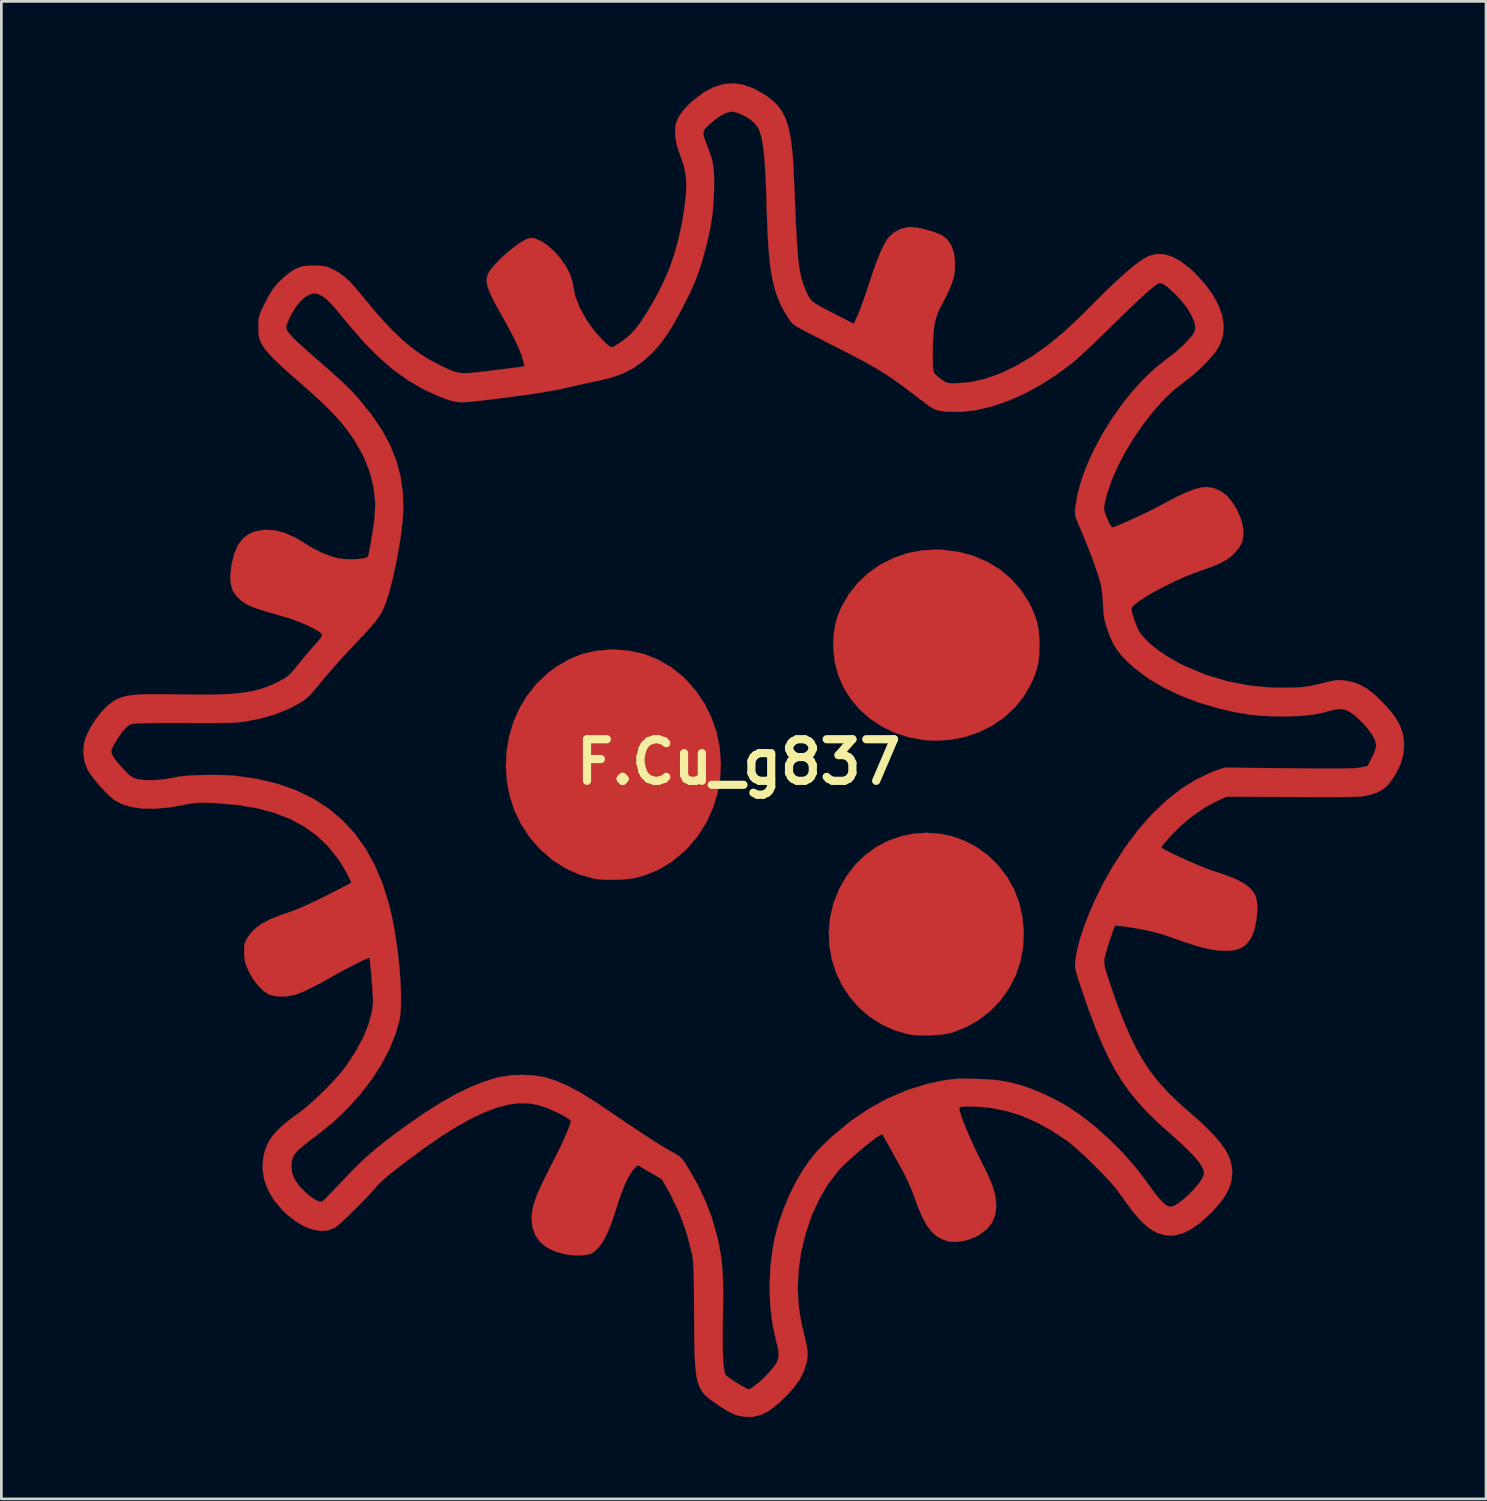
<source format=kicad_pcb>
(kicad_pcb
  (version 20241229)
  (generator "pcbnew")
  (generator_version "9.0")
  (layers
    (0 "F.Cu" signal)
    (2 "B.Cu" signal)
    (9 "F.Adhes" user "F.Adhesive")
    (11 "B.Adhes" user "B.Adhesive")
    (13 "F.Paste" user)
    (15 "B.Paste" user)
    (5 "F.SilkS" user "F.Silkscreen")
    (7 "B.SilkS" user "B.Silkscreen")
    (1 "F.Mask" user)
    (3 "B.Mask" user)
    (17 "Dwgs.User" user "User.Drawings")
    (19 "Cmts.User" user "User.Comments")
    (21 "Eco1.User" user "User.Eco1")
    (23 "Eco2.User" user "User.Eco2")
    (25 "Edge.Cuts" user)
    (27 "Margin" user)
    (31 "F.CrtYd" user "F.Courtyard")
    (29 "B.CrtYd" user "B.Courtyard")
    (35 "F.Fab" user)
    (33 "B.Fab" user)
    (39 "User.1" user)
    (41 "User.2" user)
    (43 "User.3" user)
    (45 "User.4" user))
  (footprint "F.Cu_g837"
    (layer "F.Cu")
    (at 24.009 24.87)
    (property "Reference" "F.Cu_g837" (at 0 0 0) (layer "F.SilkS") (effects (font (size 1.524 1.524) (thickness 0.3))))
    (attr through_hole)
    (fp_poly (pts (xy 7.358 2.627) (xy 7.831 2.725) (xy 8.289 2.89) (xy 8.728 3.122) (xy 9.139 3.421) (xy 9.515 3.789) (xy 9.845 4.219) (xy 10.101 4.679) (xy 10.288 5.178) (xy 10.405 5.703) (xy 10.45 6.243) (xy 10.424 6.785) (xy 10.324 7.318) (xy 10.162 7.799) (xy 9.917 8.281) (xy 9.606 8.719) (xy 9.237 9.108) (xy 8.817 9.439) (xy 8.356 9.705) (xy 7.862 9.898) (xy 7.768 9.925) (xy 7.556 9.967) (xy 7.288 9.997) (xy 6.993 10.013) (xy 6.698 10.014) (xy 6.431 10.001) (xy 6.223 9.972) (xy 5.701 9.821) (xy 5.222 9.601) (xy 4.789 9.32) (xy 4.404 8.984) (xy 4.072 8.601) (xy 3.795 8.178) (xy 3.577 7.72) (xy 3.421 7.236) (xy 3.33 6.732) (xy 3.309 6.214) (xy 3.359 5.691) (xy 3.484 5.168) (xy 3.685 4.659) (xy 3.957 4.181) (xy 4.279 3.764) (xy 4.645 3.409) (xy 5.047 3.118) (xy 5.479 2.891) (xy 5.933 2.727) (xy 6.403 2.629) (xy 6.88 2.595) (xy 7.358 2.627)) (stroke (width 0.01) (type solid)) (fill yes) (layer "F.Cu"))
    (fp_poly (pts (xy 7.469 -7.775) (xy 8.05 -7.702) (xy 8.596 -7.556) (xy 9.103 -7.342) (xy 9.565 -7.062) (xy 9.977 -6.72) (xy 10.334 -6.32) (xy 10.63 -5.865) (xy 10.729 -5.669) (xy 10.855 -5.377) (xy 10.942 -5.11) (xy 10.994 -4.838) (xy 11.019 -4.533) (xy 11.024 -4.276) (xy 11.014 -3.933) (xy 10.982 -3.645) (xy 10.922 -3.38) (xy 10.825 -3.111) (xy 10.708 -2.85) (xy 10.444 -2.397) (xy 10.116 -1.991) (xy 9.731 -1.637) (xy 9.296 -1.339) (xy 8.821 -1.1) (xy 8.311 -0.925) (xy 7.777 -0.818) (xy 7.224 -0.783) (xy 6.802 -0.807) (xy 6.251 -0.905) (xy 5.735 -1.07) (xy 5.258 -1.299) (xy 4.826 -1.585) (xy 4.444 -1.922) (xy 4.117 -2.306) (xy 3.852 -2.731) (xy 3.652 -3.191) (xy 3.524 -3.68) (xy 3.473 -4.194) (xy 3.472 -4.272) (xy 3.49 -4.683) (xy 3.547 -5.045) (xy 3.648 -5.386) (xy 3.77 -5.673) (xy 4.042 -6.145) (xy 4.376 -6.566) (xy 4.767 -6.931) (xy 5.206 -7.236) (xy 5.687 -7.478) (xy 6.202 -7.653) (xy 6.745 -7.755) (xy 7.309 -7.782) (xy 7.469 -7.775)) (stroke (width 0.01) (type solid)) (fill yes) (layer "F.Cu"))
    (fp_poly (pts (xy -4.022 -4.079) (xy -3.479 -3.959) (xy -2.966 -3.761) (xy -2.488 -3.486) (xy -2.046 -3.135) (xy -1.957 -3.051) (xy -1.564 -2.611) (xy -1.242 -2.131) (xy -0.989 -1.62) (xy -0.806 -1.084) (xy -0.693 -0.532) (xy -0.65 0.028) (xy -0.676 0.589) (xy -0.772 1.143) (xy -0.937 1.682) (xy -1.173 2.199) (xy -1.477 2.686) (xy -1.851 3.134) (xy -2.011 3.293) (xy -2.449 3.652) (xy -2.923 3.937) (xy -3.423 4.146) (xy -3.819 4.252) (xy -4.032 4.283) (xy -4.296 4.303) (xy -4.583 4.312) (xy -4.865 4.31) (xy -5.116 4.295) (xy -5.289 4.272) (xy -5.825 4.124) (xy -6.332 3.897) (xy -6.809 3.591) (xy -7.255 3.207) (xy -7.284 3.178) (xy -7.661 2.744) (xy -7.969 2.272) (xy -8.209 1.768) (xy -8.38 1.242) (xy -8.485 0.701) (xy -8.523 0.152) (xy -8.495 -0.396) (xy -8.403 -0.937) (xy -8.246 -1.462) (xy -8.026 -1.964) (xy -7.743 -2.435) (xy -7.398 -2.867) (xy -6.992 -3.253) (xy -6.667 -3.494) (xy -6.196 -3.766) (xy -5.716 -3.958) (xy -5.213 -4.074) (xy -4.674 -4.118) (xy -4.593 -4.119) (xy -4.022 -4.079)) (stroke (width 0.01) (type solid)) (fill yes) (layer "F.Cu"))
    (fp_poly (pts (xy 0.18 -24.811) (xy 0.558 -24.674) (xy 0.948 -24.454) (xy 1.084 -24.361) (xy 1.28 -24.206) (xy 1.447 -24.035) (xy 1.587 -23.842) (xy 1.704 -23.618) (xy 1.799 -23.355) (xy 1.875 -23.045) (xy 1.934 -22.68) (xy 1.98 -22.253) (xy 2.014 -21.756) (xy 2.033 -21.336) (xy 2.057 -20.729) (xy 2.079 -20.2) (xy 2.1 -19.741) (xy 2.119 -19.347) (xy 2.139 -19.01) (xy 2.159 -18.723) (xy 2.179 -18.479) (xy 2.201 -18.273) (xy 2.226 -18.096) (xy 2.253 -17.942) (xy 2.283 -17.804) (xy 2.317 -17.676) (xy 2.356 -17.549) (xy 2.371 -17.506) (xy 2.439 -17.327) (xy 2.522 -17.143) (xy 2.573 -17.048) (xy 2.616 -16.977) (xy 2.663 -16.917) (xy 2.725 -16.859) (xy 2.813 -16.797) (xy 2.939 -16.722) (xy 3.113 -16.627) (xy 3.348 -16.505) (xy 3.457 -16.448) (xy 4.225 -16.052) (xy 4.372 -16.376) (xy 4.431 -16.517) (xy 4.508 -16.721) (xy 4.597 -16.969) (xy 4.692 -17.244) (xy 4.785 -17.525) (xy 4.799 -17.568) (xy 4.947 -18.015) (xy 5.082 -18.386) (xy 5.206 -18.69) (xy 5.323 -18.934) (xy 5.436 -19.126) (xy 5.506 -19.222) (xy 5.697 -19.401) (xy 5.939 -19.529) (xy 6.205 -19.594) (xy 6.311 -19.6) (xy 6.496 -19.584) (xy 6.728 -19.54) (xy 6.978 -19.476) (xy 7.214 -19.4) (xy 7.408 -19.32) (xy 7.459 -19.294) (xy 7.657 -19.136) (xy 7.803 -18.914) (xy 7.894 -18.635) (xy 7.929 -18.304) (xy 7.93 -18.267) (xy 7.925 -18.076) (xy 7.908 -17.902) (xy 7.874 -17.732) (xy 7.819 -17.552) (xy 7.739 -17.35) (xy 7.628 -17.111) (xy 7.482 -16.823) (xy 7.349 -16.569) (xy 7.283 -16.416) (xy 7.221 -16.22) (xy 7.175 -16.024) (xy 7.174 -16.018) (xy 7.154 -15.86) (xy 7.137 -15.654) (xy 7.125 -15.417) (xy 7.117 -15.165) (xy 7.114 -14.915) (xy 7.116 -14.683) (xy 7.123 -14.487) (xy 7.136 -14.342) (xy 7.154 -14.268) (xy 7.209 -14.202) (xy 7.31 -14.111) (xy 7.411 -14.032) (xy 7.523 -13.953) (xy 7.612 -13.906) (xy 7.708 -13.883) (xy 7.839 -13.875) (xy 7.973 -13.875) (xy 8.5 -13.918) (xy 9.046 -14.041) (xy 9.61 -14.242) (xy 10.186 -14.518) (xy 10.772 -14.869) (xy 11.365 -15.292) (xy 11.96 -15.785) (xy 12.556 -16.346) (xy 12.636 -16.428) (xy 13.088 -16.883) (xy 13.488 -17.277) (xy 13.84 -17.612) (xy 14.149 -17.893) (xy 14.417 -18.121) (xy 14.648 -18.302) (xy 14.846 -18.436) (xy 15.014 -18.529) (xy 15.022 -18.533) (xy 15.289 -18.61) (xy 15.573 -18.605) (xy 15.873 -18.518) (xy 16.187 -18.35) (xy 16.516 -18.101) (xy 16.718 -17.914) (xy 17.081 -17.52) (xy 17.369 -17.128) (xy 17.581 -16.742) (xy 17.716 -16.365) (xy 17.774 -16.001) (xy 17.752 -15.652) (xy 17.649 -15.321) (xy 17.609 -15.238) (xy 17.489 -15.05) (xy 17.312 -14.83) (xy 17.095 -14.595) (xy 16.851 -14.357) (xy 16.596 -14.134) (xy 16.344 -13.939) (xy 16.298 -13.907) (xy 15.925 -13.613) (xy 15.548 -13.249) (xy 15.175 -12.828) (xy 14.814 -12.364) (xy 14.475 -11.868) (xy 14.165 -11.356) (xy 13.895 -10.84) (xy 13.671 -10.333) (xy 13.504 -9.848) (xy 13.419 -9.502) (xy 13.396 -9.371) (xy 13.392 -9.272) (xy 13.409 -9.174) (xy 13.452 -9.05) (xy 13.506 -8.919) (xy 13.574 -8.77) (xy 13.636 -8.657) (xy 13.681 -8.598) (xy 13.69 -8.594) (xy 13.761 -8.612) (xy 13.894 -8.662) (xy 14.076 -8.738) (xy 14.294 -8.834) (xy 14.534 -8.943) (xy 14.784 -9.06) (xy 15.03 -9.179) (xy 15.259 -9.293) (xy 15.458 -9.397) (xy 15.515 -9.428) (xy 15.919 -9.645) (xy 16.262 -9.814) (xy 16.553 -9.938) (xy 16.799 -10.021) (xy 17.008 -10.065) (xy 17.146 -10.075) (xy 17.401 -10.037) (xy 17.655 -9.93) (xy 17.88 -9.767) (xy 17.906 -9.742) (xy 18.089 -9.521) (xy 18.252 -9.254) (xy 18.382 -8.968) (xy 18.467 -8.689) (xy 18.493 -8.508) (xy 18.491 -8.258) (xy 18.448 -8.057) (xy 18.352 -7.874) (xy 18.202 -7.69) (xy 18.05 -7.542) (xy 17.875 -7.413) (xy 17.663 -7.295) (xy 17.4 -7.18) (xy 17.072 -7.061) (xy 16.976 -7.028) (xy 16.683 -6.924) (xy 16.373 -6.798) (xy 16.055 -6.657) (xy 15.739 -6.506) (xy 15.434 -6.35) (xy 15.151 -6.195) (xy 14.899 -6.045) (xy 14.688 -5.906) (xy 14.527 -5.784) (xy 14.425 -5.683) (xy 14.393 -5.614) (xy 14.409 -5.511) (xy 14.452 -5.356) (xy 14.511 -5.177) (xy 14.578 -4.998) (xy 14.645 -4.845) (xy 14.687 -4.768) (xy 14.854 -4.55) (xy 15.092 -4.318) (xy 15.389 -4.083) (xy 15.733 -3.852) (xy 16.112 -3.634) (xy 16.357 -3.51) (xy 17.109 -3.197) (xy 17.893 -2.961) (xy 18.7 -2.802) (xy 19.521 -2.724) (xy 20.143 -2.719) (xy 20.426 -2.729) (xy 20.654 -2.744) (xy 20.853 -2.768) (xy 21.053 -2.805) (xy 21.281 -2.857) (xy 21.372 -2.88) (xy 21.604 -2.936) (xy 21.774 -2.974) (xy 21.904 -2.994) (xy 22.015 -2.999) (xy 22.127 -2.992) (xy 22.254 -2.976) (xy 22.532 -2.918) (xy 22.786 -2.823) (xy 23.031 -2.681) (xy 23.284 -2.484) (xy 23.54 -2.245) (xy 23.837 -1.927) (xy 24.063 -1.634) (xy 24.225 -1.353) (xy 24.327 -1.073) (xy 24.377 -0.783) (xy 24.384 -0.613) (xy 24.352 -0.259) (xy 24.251 0.087) (xy 24.077 0.438) (xy 23.986 0.584) (xy 23.811 0.817) (xy 23.631 0.986) (xy 23.421 1.107) (xy 23.157 1.196) (xy 23.07 1.217) (xy 22.996 1.233) (xy 22.915 1.247) (xy 22.82 1.257) (xy 22.703 1.266) (xy 22.557 1.273) (xy 22.375 1.278) (xy 22.15 1.281) (xy 21.874 1.283) (xy 21.54 1.284) (xy 21.141 1.283) (xy 20.67 1.281) (xy 20.32 1.28) (xy 17.886 1.268) (xy 17.563 1.411) (xy 17.119 1.643) (xy 16.663 1.953) (xy 16.334 2.219) (xy 16.196 2.344) (xy 16.044 2.492) (xy 15.889 2.65) (xy 15.745 2.804) (xy 15.624 2.943) (xy 15.536 3.052) (xy 15.496 3.119) (xy 15.494 3.127) (xy 15.531 3.162) (xy 15.634 3.224) (xy 15.791 3.306) (xy 15.989 3.403) (xy 16.216 3.509) (xy 16.459 3.618) (xy 16.705 3.726) (xy 16.943 3.825) (xy 17.16 3.911) (xy 17.343 3.977) (xy 17.42 4.002) (xy 17.856 4.146) (xy 18.212 4.289) (xy 18.494 4.436) (xy 18.708 4.59) (xy 18.859 4.754) (xy 18.952 4.932) (xy 18.966 4.978) (xy 19.003 5.205) (xy 19.004 5.479) (xy 18.974 5.772) (xy 18.918 6.059) (xy 18.837 6.314) (xy 18.739 6.509) (xy 18.588 6.691) (xy 18.408 6.815) (xy 18.185 6.888) (xy 17.906 6.914) (xy 17.801 6.914) (xy 17.558 6.9) (xy 17.301 6.862) (xy 17.017 6.8) (xy 16.692 6.708) (xy 16.315 6.585) (xy 15.962 6.46) (xy 15.65 6.351) (xy 15.37 6.265) (xy 15.089 6.194) (xy 14.776 6.13) (xy 14.57 6.092) (xy 14.33 6.053) (xy 14.118 6.022) (xy 13.949 6.002) (xy 13.836 5.994) (xy 13.796 5.999) (xy 13.766 6.057) (xy 13.718 6.178) (xy 13.66 6.345) (xy 13.596 6.538) (xy 13.532 6.741) (xy 13.475 6.935) (xy 13.43 7.101) (xy 13.403 7.221) (xy 13.4 7.239) (xy 13.394 7.315) (xy 13.399 7.4) (xy 13.419 7.507) (xy 13.456 7.649) (xy 13.514 7.839) (xy 13.596 8.089) (xy 13.649 8.243) (xy 13.885 8.915) (xy 14.116 9.512) (xy 14.346 10.045) (xy 14.582 10.523) (xy 14.83 10.955) (xy 15.094 11.351) (xy 15.383 11.72) (xy 15.7 12.073) (xy 16.052 12.418) (xy 16.377 12.708) (xy 16.789 13.069) (xy 17.134 13.391) (xy 17.418 13.679) (xy 17.644 13.941) (xy 17.819 14.183) (xy 17.945 14.41) (xy 18.029 14.63) (xy 18.075 14.849) (xy 18.087 15.05) (xy 18.063 15.323) (xy 17.986 15.589) (xy 17.851 15.857) (xy 17.652 16.138) (xy 17.384 16.442) (xy 17.289 16.539) (xy 16.933 16.865) (xy 16.593 17.109) (xy 16.267 17.27) (xy 15.952 17.347) (xy 15.646 17.342) (xy 15.346 17.254) (xy 15.051 17.082) (xy 14.757 16.826) (xy 14.462 16.487) (xy 14.377 16.374) (xy 14.234 16.179) (xy 14.09 15.98) (xy 13.961 15.803) (xy 13.876 15.685) (xy 13.759 15.537) (xy 13.59 15.347) (xy 13.382 15.126) (xy 13.15 14.889) (xy 12.905 14.647) (xy 12.661 14.413) (xy 12.43 14.201) (xy 12.226 14.023) (xy 12.061 13.891) (xy 12.034 13.871) (xy 11.462 13.494) (xy 10.91 13.19) (xy 10.368 12.956) (xy 9.824 12.786) (xy 9.267 12.676) (xy 9.145 12.659) (xy 8.915 12.636) (xy 8.683 12.622) (xy 8.465 12.617) (xy 8.281 12.621) (xy 8.149 12.635) (xy 8.094 12.652) (xy 8.086 12.705) (xy 8.112 12.823) (xy 8.169 12.999) (xy 8.251 13.221) (xy 8.356 13.48) (xy 8.48 13.767) (xy 8.618 14.071) (xy 8.766 14.384) (xy 8.922 14.695) (xy 8.927 14.705) (xy 9.101 15.055) (xy 9.233 15.349) (xy 9.328 15.601) (xy 9.392 15.826) (xy 9.427 16.038) (xy 9.44 16.251) (xy 9.44 16.288) (xy 9.403 16.598) (xy 9.292 16.87) (xy 9.105 17.107) (xy 8.84 17.31) (xy 8.684 17.397) (xy 8.448 17.492) (xy 8.19 17.556) (xy 7.94 17.583) (xy 7.728 17.569) (xy 7.716 17.566) (xy 7.478 17.492) (xy 7.269 17.376) (xy 7.082 17.213) (xy 6.913 16.994) (xy 6.754 16.711) (xy 6.599 16.358) (xy 6.471 16.007) (xy 6.376 15.755) (xy 6.259 15.475) (xy 6.136 15.209) (xy 6.066 15.071) (xy 5.986 14.922) (xy 5.885 14.737) (xy 5.772 14.531) (xy 5.654 14.318) (xy 5.538 14.112) (xy 5.434 13.926) (xy 5.348 13.776) (xy 5.289 13.674) (xy 5.266 13.637) (xy 5.222 13.645) (xy 5.126 13.703) (xy 4.988 13.8) (xy 4.819 13.93) (xy 4.629 14.083) (xy 4.427 14.251) (xy 4.225 14.426) (xy 4.031 14.599) (xy 3.858 14.762) (xy 3.714 14.905) (xy 3.63 14.998) (xy 3.261 15.491) (xy 2.939 16.044) (xy 2.668 16.646) (xy 2.452 17.283) (xy 2.294 17.943) (xy 2.197 18.615) (xy 2.167 19.285) (xy 2.191 19.802) (xy 2.224 20.082) (xy 2.273 20.39) (xy 2.33 20.682) (xy 2.365 20.828) (xy 2.437 21.119) (xy 2.487 21.347) (xy 2.517 21.527) (xy 2.527 21.676) (xy 2.522 21.812) (xy 2.502 21.952) (xy 2.502 21.952) (xy 2.407 22.289) (xy 2.246 22.615) (xy 2.012 22.94) (xy 1.788 23.186) (xy 1.519 23.447) (xy 1.282 23.646) (xy 1.065 23.795) (xy 0.855 23.902) (xy 0.797 23.925) (xy 0.539 23.986) (xy 0.256 23.994) (xy -0.012 23.947) (xy -0.021 23.944) (xy -0.167 23.892) (xy -0.312 23.824) (xy -0.476 23.732) (xy -0.675 23.606) (xy -0.86 23.481) (xy -1.012 23.373) (xy -1.143 23.269) (xy -1.253 23.162) (xy -1.345 23.044) (xy -1.42 22.908) (xy -1.48 22.747) (xy -1.528 22.553) (xy -1.563 22.32) (xy -1.589 22.04) (xy -1.606 21.705) (xy -1.617 21.309) (xy -1.623 20.844) (xy -1.626 20.303) (xy -1.627 20.193) (xy -1.628 19.735) (xy -1.631 19.353) (xy -1.634 19.037) (xy -1.639 18.78) (xy -1.646 18.572) (xy -1.655 18.404) (xy -1.666 18.267) (xy -1.68 18.153) (xy -1.696 18.053) (xy -1.707 18) (xy -1.897 17.264) (xy -2.144 16.575) (xy -2.457 15.911) (xy -2.575 15.695) (xy -2.809 15.283) (xy -3.692 14.768) (xy -3.796 14.865) (xy -3.923 15.015) (xy -4.05 15.227) (xy -4.181 15.506) (xy -4.317 15.858) (xy -4.461 16.287) (xy -4.516 16.468) (xy -4.675 16.939) (xy -4.839 17.327) (xy -5.009 17.632) (xy -5.185 17.854) (xy -5.368 17.995) (xy -5.394 18.008) (xy -5.537 18.049) (xy -5.738 18.072) (xy -5.969 18.075) (xy -6.206 18.057) (xy -6.335 18.037) (xy -6.715 17.934) (xy -7.028 17.783) (xy -7.271 17.584) (xy -7.444 17.339) (xy -7.547 17.049) (xy -7.578 16.742) (xy -7.571 16.578) (xy -7.55 16.413) (xy -7.511 16.238) (xy -7.45 16.043) (xy -7.364 15.82) (xy -7.248 15.557) (xy -7.1 15.247) (xy -6.917 14.88) (xy -6.753 14.563) (xy -6.616 14.291) (xy -6.486 14.021) (xy -6.369 13.765) (xy -6.271 13.536) (xy -6.196 13.347) (xy -6.15 13.21) (xy -6.138 13.148) (xy -6.175 13.106) (xy -6.275 13.037) (xy -6.426 12.949) (xy -6.615 12.851) (xy -7.009 12.675) (xy -7.367 12.559) (xy -7.707 12.501) (xy -8.05 12.498) (xy -8.414 12.546) (xy -8.458 12.555) (xy -8.867 12.664) (xy -9.313 12.833) (xy -9.796 13.062) (xy -10.32 13.354) (xy -10.886 13.709) (xy -11.496 14.128) (xy -12.153 14.613) (xy -12.645 14.995) (xy -12.825 15.14) (xy -12.987 15.277) (xy -13.116 15.391) (xy -13.198 15.471) (xy -13.21 15.485) (xy -13.321 15.619) (xy -13.473 15.788) (xy -13.654 15.98) (xy -13.853 16.186) (xy -14.059 16.393) (xy -14.261 16.591) (xy -14.447 16.769) (xy -14.607 16.915) (xy -14.729 17.018) (xy -14.791 17.062) (xy -15.039 17.157) (xy -15.315 17.178) (xy -15.613 17.126) (xy -15.924 17.005) (xy -16.241 16.816) (xy -16.558 16.563) (xy -16.709 16.417) (xy -17.01 16.061) (xy -17.233 15.689) (xy -17.375 15.305) (xy -17.437 14.913) (xy -17.416 14.518) (xy -17.376 14.331) (xy -17.295 14.085) (xy -17.181 13.858) (xy -17.026 13.641) (xy -16.82 13.423) (xy -16.556 13.194) (xy -16.224 12.944) (xy -16.148 12.89) (xy -15.909 12.708) (xy -15.638 12.476) (xy -15.352 12.211) (xy -15.068 11.93) (xy -14.801 11.65) (xy -14.568 11.386) (xy -14.386 11.154) (xy -14.379 11.144) (xy -14.031 10.615) (xy -13.759 10.114) (xy -13.562 9.638) (xy -13.44 9.196) (xy -13.416 9.068) (xy -13.4 8.953) (xy -13.391 8.835) (xy -13.391 8.697) (xy -13.399 8.523) (xy -13.414 8.296) (xy -13.436 8.016) (xy -13.457 7.76) (xy -13.477 7.534) (xy -13.495 7.352) (xy -13.509 7.225) (xy -13.519 7.169) (xy -13.52 7.167) (xy -13.564 7.177) (xy -13.671 7.222) (xy -13.829 7.297) (xy -14.025 7.394) (xy -14.247 7.509) (xy -14.485 7.635) (xy -14.727 7.767) (xy -14.901 7.865) (xy -15.293 8.083) (xy -15.623 8.256) (xy -15.896 8.388) (xy -16.12 8.481) (xy -16.253 8.526) (xy -16.498 8.576) (xy -16.757 8.591) (xy -16.999 8.573) (xy -17.195 8.52) (xy -17.209 8.514) (xy -17.392 8.396) (xy -17.581 8.214) (xy -17.76 7.985) (xy -17.914 7.727) (xy -17.941 7.672) (xy -18.025 7.485) (xy -18.074 7.331) (xy -18.1 7.173) (xy -18.11 7.006) (xy -18.113 6.829) (xy -18.104 6.705) (xy -18.076 6.604) (xy -18.021 6.495) (xy -17.993 6.446) (xy -17.853 6.247) (xy -17.673 6.071) (xy -17.443 5.912) (xy -17.155 5.763) (xy -16.799 5.62) (xy -16.502 5.519) (xy -16.254 5.429) (xy -15.947 5.3) (xy -15.593 5.139) (xy -15.206 4.95) (xy -15.118 4.906) (xy -14.864 4.777) (xy -14.636 4.661) (xy -14.445 4.562) (xy -14.301 4.487) (xy -14.214 4.441) (xy -14.194 4.429) (xy -14.201 4.381) (xy -14.245 4.278) (xy -14.317 4.134) (xy -14.41 3.966) (xy -14.515 3.789) (xy -14.623 3.619) (xy -14.692 3.517) (xy -15.051 3.072) (xy -15.46 2.686) (xy -15.922 2.355) (xy -16.44 2.079) (xy -17.016 1.858) (xy -17.652 1.689) (xy -18.352 1.572) (xy -19.119 1.505) (xy -19.241 1.499) (xy -19.508 1.49) (xy -19.716 1.488) (xy -19.887 1.496) (xy -20.045 1.515) (xy -20.215 1.545) (xy -20.288 1.56) (xy -20.862 1.661) (xy -21.385 1.708) (xy -21.852 1.702) (xy -22.263 1.642) (xy -22.612 1.53) (xy -22.871 1.385) (xy -23.026 1.257) (xy -23.206 1.083) (xy -23.394 0.881) (xy -23.573 0.671) (xy -23.726 0.472) (xy -23.836 0.303) (xy -23.856 0.266) (xy -23.963 -0.033) (xy -24.004 -0.358) (xy -24.002 -0.385) (xy -22.987 -0.385) (xy -22.954 -0.274) (xy -22.86 -0.118) (xy -22.709 0.074) (xy -22.512 0.29) (xy -22.373 0.431) (xy -22.268 0.523) (xy -22.175 0.58) (xy -22.074 0.616) (xy -21.983 0.637) (xy -21.769 0.663) (xy -21.501 0.667) (xy -21.207 0.652) (xy -20.917 0.617) (xy -20.659 0.566) (xy -20.482 0.535) (xy -20.239 0.509) (xy -19.948 0.49) (xy -19.626 0.478) (xy -19.292 0.474) (xy -18.964 0.477) (xy -18.661 0.49) (xy -18.424 0.508) (xy -17.629 0.623) (xy -16.892 0.8) (xy -16.212 1.039) (xy -15.589 1.341) (xy -15.024 1.705) (xy -14.514 2.132) (xy -14.061 2.623) (xy -13.664 3.177) (xy -13.323 3.795) (xy -13.037 4.477) (xy -12.806 5.223) (xy -12.724 5.559) (xy -12.635 5.995) (xy -12.558 6.457) (xy -12.492 6.932) (xy -12.439 7.406) (xy -12.4 7.868) (xy -12.376 8.305) (xy -12.367 8.703) (xy -12.376 9.05) (xy -12.403 9.333) (xy -12.421 9.44) (xy -12.576 9.987) (xy -12.806 10.545) (xy -13.105 11.107) (xy -13.467 11.662) (xy -13.885 12.203) (xy -14.354 12.72) (xy -14.866 13.204) (xy -15.416 13.647) (xy -15.416 13.648) (xy -15.702 13.861) (xy -15.926 14.037) (xy -16.095 14.183) (xy -16.217 14.309) (xy -16.299 14.425) (xy -16.349 14.54) (xy -16.374 14.662) (xy -16.382 14.803) (xy -16.383 14.847) (xy -16.351 15.084) (xy -16.255 15.314) (xy -16.087 15.547) (xy -15.884 15.754) (xy -15.681 15.926) (xy -15.503 16.045) (xy -15.358 16.106) (xy -15.255 16.105) (xy -15.243 16.099) (xy -15.197 16.058) (xy -15.101 15.964) (xy -14.965 15.825) (xy -14.798 15.652) (xy -14.608 15.452) (xy -14.457 15.292) (xy -14.143 14.964) (xy -13.845 14.671) (xy -13.548 14.397) (xy -13.237 14.132) (xy -12.895 13.86) (xy -12.509 13.569) (xy -12.15 13.309) (xy -11.507 12.865) (xy -10.911 12.486) (xy -10.355 12.171) (xy -9.834 11.916) (xy -9.345 11.719) (xy -8.881 11.577) (xy -8.7 11.535) (xy -8.292 11.477) (xy -7.854 11.464) (xy -7.421 11.495) (xy -7.091 11.553) (xy -6.7 11.675) (xy -6.266 11.863) (xy -5.795 12.113) (xy -5.294 12.423) (xy -5.165 12.509) (xy -4.703 12.822) (xy -4.304 13.091) (xy -3.963 13.32) (xy -3.672 13.514) (xy -3.425 13.678) (xy -3.216 13.814) (xy -3.038 13.928) (xy -2.885 14.024) (xy -2.75 14.105) (xy -2.627 14.177) (xy -2.55 14.221) (xy -2.358 14.329) (xy -2.223 14.413) (xy -2.125 14.488) (xy -2.046 14.572) (xy -1.968 14.681) (xy -1.877 14.825) (xy -1.5 15.482) (xy -1.194 16.126) (xy -0.953 16.774) (xy -0.769 17.445) (xy -0.724 17.653) (xy -0.672 17.93) (xy -0.631 18.203) (xy -0.601 18.485) (xy -0.58 18.789) (xy -0.568 19.128) (xy -0.564 19.516) (xy -0.568 19.965) (xy -0.575 20.339) (xy -0.584 20.889) (xy -0.583 21.356) (xy -0.574 21.742) (xy -0.555 22.05) (xy -0.527 22.279) (xy -0.489 22.433) (xy -0.483 22.448) (xy -0.438 22.495) (xy -0.336 22.571) (xy -0.198 22.665) (xy -0.042 22.764) (xy 0.113 22.857) (xy 0.249 22.932) (xy 0.347 22.978) (xy 0.381 22.987) (xy 0.429 22.964) (xy 0.522 22.905) (xy 0.597 22.853) (xy 0.758 22.724) (xy 0.933 22.562) (xy 1.103 22.386) (xy 1.251 22.215) (xy 1.361 22.066) (xy 1.403 21.992) (xy 1.451 21.869) (xy 1.473 21.75) (xy 1.47 21.615) (xy 1.44 21.444) (xy 1.382 21.215) (xy 1.376 21.194) (xy 1.244 20.581) (xy 1.165 19.921) (xy 1.14 19.233) (xy 1.168 18.536) (xy 1.25 17.85) (xy 1.336 17.399) (xy 1.47 16.901) (xy 1.65 16.382) (xy 1.865 15.868) (xy 2.104 15.385) (xy 2.356 14.957) (xy 2.389 14.908) (xy 2.558 14.664) (xy 2.716 14.456) (xy 2.879 14.263) (xy 3.065 14.069) (xy 3.289 13.853) (xy 3.471 13.686) (xy 4.108 13.16) (xy 4.78 12.704) (xy 5.48 12.321) (xy 6.203 12.015) (xy 6.943 11.787) (xy 7.465 11.678) (xy 7.676 11.644) (xy 7.863 11.621) (xy 8.05 11.608) (xy 8.259 11.604) (xy 8.513 11.607) (xy 8.742 11.613) (xy 9.135 11.63) (xy 9.469 11.658) (xy 9.769 11.702) (xy 10.059 11.765) (xy 10.365 11.851) (xy 10.566 11.916) (xy 10.853 12.024) (xy 11.181 12.165) (xy 11.518 12.326) (xy 11.836 12.494) (xy 12.044 12.614) (xy 12.554 12.959) (xy 13.074 13.368) (xy 13.588 13.828) (xy 14.08 14.322) (xy 14.533 14.836) (xy 14.931 15.353) (xy 14.996 15.446) (xy 15.222 15.76) (xy 15.415 15.999) (xy 15.579 16.167) (xy 15.714 16.266) (xy 15.825 16.298) (xy 15.826 16.298) (xy 15.95 16.265) (xy 16.107 16.175) (xy 16.286 16.041) (xy 16.473 15.876) (xy 16.653 15.693) (xy 16.816 15.506) (xy 16.946 15.328) (xy 17.032 15.172) (xy 17.06 15.058) (xy 17.035 14.929) (xy 16.955 14.773) (xy 16.819 14.586) (xy 16.623 14.366) (xy 16.365 14.107) (xy 16.041 13.808) (xy 15.79 13.588) (xy 15.366 13.207) (xy 14.986 12.836) (xy 14.645 12.467) (xy 14.337 12.089) (xy 14.056 11.694) (xy 13.795 11.27) (xy 13.55 10.81) (xy 13.314 10.304) (xy 13.082 9.741) (xy 12.846 9.113) (xy 12.631 8.493) (xy 12.529 8.192) (xy 12.453 7.959) (xy 12.398 7.782) (xy 12.362 7.646) (xy 12.341 7.541) (xy 12.333 7.453) (xy 12.334 7.37) (xy 12.341 7.29) (xy 12.402 6.92) (xy 12.51 6.497) (xy 12.662 6.033) (xy 12.853 5.539) (xy 13.077 5.029) (xy 13.33 4.514) (xy 13.608 4.007) (xy 13.702 3.845) (xy 14.158 3.137) (xy 14.64 2.494) (xy 15.144 1.921) (xy 15.668 1.42) (xy 16.208 0.994) (xy 16.762 0.646) (xy 17.326 0.378) (xy 17.483 0.319) (xy 17.799 0.207) (xy 20.171 0.232) (xy 20.712 0.238) (xy 21.175 0.241) (xy 21.566 0.243) (xy 21.892 0.243) (xy 22.158 0.241) (xy 22.371 0.236) (xy 22.537 0.23) (xy 22.663 0.221) (xy 22.756 0.21) (xy 22.796 0.203) (xy 23.05 0.148) (xy 23.209 -0.162) (xy 23.284 -0.324) (xy 23.34 -0.473) (xy 23.367 -0.582) (xy 23.368 -0.597) (xy 23.333 -0.772) (xy 23.232 -0.979) (xy 23.071 -1.208) (xy 22.858 -1.449) (xy 22.822 -1.484) (xy 22.601 -1.691) (xy 22.41 -1.833) (xy 22.234 -1.916) (xy 22.057 -1.946) (xy 21.863 -1.928) (xy 21.693 -1.886) (xy 21.391 -1.806) (xy 21.1 -1.747) (xy 20.796 -1.708) (xy 20.46 -1.685) (xy 20.069 -1.675) (xy 19.918 -1.675) (xy 19.428 -1.683) (xy 18.991 -1.711) (xy 18.576 -1.76) (xy 18.153 -1.836) (xy 17.693 -1.942) (xy 17.585 -1.969) (xy 16.871 -2.18) (xy 16.203 -2.433) (xy 15.588 -2.726) (xy 15.033 -3.053) (xy 14.548 -3.412) (xy 14.311 -3.622) (xy 14.069 -3.868) (xy 13.882 -4.096) (xy 13.736 -4.33) (xy 13.614 -4.595) (xy 13.524 -4.844) (xy 13.452 -5.07) (xy 13.406 -5.256) (xy 13.378 -5.439) (xy 13.362 -5.655) (xy 13.357 -5.775) (xy 13.344 -6.006) (xy 13.32 -6.241) (xy 13.29 -6.445) (xy 13.269 -6.548) (xy 13.21 -6.754) (xy 13.123 -7.021) (xy 13.013 -7.331) (xy 12.886 -7.669) (xy 12.749 -8.018) (xy 12.607 -8.362) (xy 12.546 -8.503) (xy 12.453 -8.719) (xy 12.39 -8.877) (xy 12.352 -8.994) (xy 12.333 -9.09) (xy 12.331 -9.184) (xy 12.338 -9.293) (xy 12.34 -9.313) (xy 12.421 -9.808) (xy 12.567 -10.337) (xy 12.772 -10.887) (xy 13.029 -11.449) (xy 13.332 -12.012) (xy 13.673 -12.564) (xy 14.046 -13.095) (xy 14.445 -13.594) (xy 14.862 -14.05) (xy 15.291 -14.452) (xy 15.685 -14.76) (xy 15.92 -14.938) (xy 16.148 -15.131) (xy 16.355 -15.327) (xy 16.529 -15.512) (xy 16.657 -15.673) (xy 16.717 -15.78) (xy 16.741 -15.943) (xy 16.695 -16.15) (xy 16.578 -16.404) (xy 16.46 -16.603) (xy 16.339 -16.77) (xy 16.186 -16.952) (xy 16.016 -17.133) (xy 15.847 -17.298) (xy 15.692 -17.429) (xy 15.569 -17.511) (xy 15.547 -17.522) (xy 15.48 -17.546) (xy 15.424 -17.55) (xy 15.359 -17.525) (xy 15.269 -17.463) (xy 15.135 -17.358) (xy 15.103 -17.332) (xy 15 -17.244) (xy 14.847 -17.106) (xy 14.652 -16.925) (xy 14.425 -16.71) (xy 14.176 -16.471) (xy 13.913 -16.217) (xy 13.695 -16.003) (xy 13.427 -15.741) (xy 13.164 -15.487) (xy 12.916 -15.249) (xy 12.691 -15.037) (xy 12.5 -14.86) (xy 12.351 -14.726) (xy 12.269 -14.656) (xy 11.681 -14.214) (xy 11.084 -13.828) (xy 10.482 -13.501) (xy 9.884 -13.236) (xy 9.295 -13.034) (xy 8.723 -12.899) (xy 8.173 -12.832) (xy 7.653 -12.836) (xy 7.398 -12.867) (xy 7.303 -12.886) (xy 7.215 -12.915) (xy 7.121 -12.961) (xy 7.006 -13.033) (xy 6.858 -13.139) (xy 6.663 -13.286) (xy 6.561 -13.365) (xy 6.284 -13.576) (xy 6.037 -13.762) (xy 5.809 -13.929) (xy 5.59 -14.081) (xy 5.373 -14.224) (xy 5.146 -14.365) (xy 4.901 -14.508) (xy 4.627 -14.661) (xy 4.317 -14.827) (xy 3.96 -15.013) (xy 3.546 -15.224) (xy 3.067 -15.467) (xy 3.021 -15.491) (xy 2.715 -15.645) (xy 2.476 -15.768) (xy 2.294 -15.865) (xy 2.158 -15.942) (xy 2.059 -16.005) (xy 1.987 -16.062) (xy 1.933 -16.116) (xy 1.887 -16.176) (xy 1.85 -16.231) (xy 1.691 -16.485) (xy 1.555 -16.743) (xy 1.439 -17.011) (xy 1.341 -17.299) (xy 1.26 -17.616) (xy 1.194 -17.97) (xy 1.142 -18.37) (xy 1.101 -18.824) (xy 1.069 -19.341) (xy 1.046 -19.93) (xy 1.037 -20.235) (xy 1.02 -20.825) (xy 0.999 -21.337) (xy 0.975 -21.777) (xy 0.947 -22.15) (xy 0.914 -22.464) (xy 0.875 -22.724) (xy 0.83 -22.936) (xy 0.778 -23.107) (xy 0.723 -23.234) (xy 0.608 -23.389) (xy 0.434 -23.541) (xy 0.226 -23.675) (xy 0.008 -23.776) (xy -0.194 -23.828) (xy -0.254 -23.832) (xy -0.421 -23.799) (xy -0.623 -23.703) (xy -0.846 -23.552) (xy -1.076 -23.355) (xy -1.184 -23.252) (xy -1.254 -23.168) (xy -1.29 -23.086) (xy -1.291 -22.99) (xy -1.258 -22.863) (xy -1.193 -22.687) (xy -1.121 -22.506) (xy -1.033 -22.269) (xy -0.968 -22.046) (xy -0.925 -21.818) (xy -0.901 -21.566) (xy -0.894 -21.27) (xy -0.899 -20.911) (xy -0.9 -20.876) (xy -0.926 -20.4) (xy -0.973 -19.953) (xy -1.048 -19.507) (xy -1.153 -19.034) (xy -1.253 -18.653) (xy -1.358 -18.288) (xy -1.459 -17.971) (xy -1.567 -17.679) (xy -1.69 -17.388) (xy -1.84 -17.072) (xy -2.016 -16.722) (xy -2.236 -16.307) (xy -2.435 -15.958) (xy -2.62 -15.663) (xy -2.801 -15.409) (xy -2.986 -15.183) (xy -3.183 -14.973) (xy -3.194 -14.962) (xy -3.522 -14.667) (xy -3.861 -14.429) (xy -4.228 -14.241) (xy -4.641 -14.093) (xy -5.117 -13.977) (xy -5.144 -13.971) (xy -5.367 -13.925) (xy -5.64 -13.866) (xy -5.928 -13.801) (xy -6.2 -13.738) (xy -6.22 -13.733) (xy -6.492 -13.672) (xy -6.789 -13.613) (xy -7.121 -13.555) (xy -7.498 -13.495) (xy -7.928 -13.434) (xy -8.42 -13.368) (xy -8.985 -13.297) (xy -9.225 -13.268) (xy -9.556 -13.229) (xy -9.82 -13.202) (xy -10.03 -13.187) (xy -10.204 -13.186) (xy -10.356 -13.201) (xy -10.502 -13.232) (xy -10.658 -13.28) (xy -10.84 -13.348) (xy -10.983 -13.404) (xy -11.553 -13.663) (xy -12.106 -13.986) (xy -12.649 -14.378) (xy -13.185 -14.842) (xy -13.72 -15.382) (xy -14.26 -16.002) (xy -14.497 -16.29) (xy -14.689 -16.52) (xy -14.843 -16.699) (xy -14.967 -16.834) (xy -15.067 -16.935) (xy -15.151 -17.008) (xy -15.227 -17.061) (xy -15.301 -17.101) (xy -15.306 -17.104) (xy -15.433 -17.159) (xy -15.528 -17.176) (xy -15.631 -17.16) (xy -15.678 -17.146) (xy -15.864 -17.053) (xy -16.053 -16.887) (xy -16.235 -16.661) (xy -16.4 -16.385) (xy -16.433 -16.319) (xy -16.523 -16.117) (xy -16.57 -15.975) (xy -16.575 -15.883) (xy -16.573 -15.872) (xy -16.529 -15.786) (xy -16.44 -15.672) (xy -16.303 -15.525) (xy -16.112 -15.341) (xy -15.863 -15.114) (xy -15.579 -14.864) (xy -15.242 -14.571) (xy -14.961 -14.325) (xy -14.728 -14.116) (xy -14.533 -13.937) (xy -14.368 -13.78) (xy -14.224 -13.636) (xy -14.092 -13.498) (xy -13.964 -13.356) (xy -13.919 -13.305) (xy -13.457 -12.736) (xy -13.075 -12.175) (xy -12.772 -11.616) (xy -12.543 -11.052) (xy -12.388 -10.475) (xy -12.303 -9.88) (xy -12.285 -9.26) (xy -12.288 -9.17) (xy -12.312 -8.824) (xy -12.358 -8.423) (xy -12.422 -7.987) (xy -12.502 -7.535) (xy -12.592 -7.084) (xy -12.689 -6.654) (xy -12.791 -6.262) (xy -12.893 -5.929) (xy -12.936 -5.808) (xy -13.008 -5.631) (xy -13.09 -5.468) (xy -13.189 -5.308) (xy -13.316 -5.137) (xy -13.478 -4.944) (xy -13.686 -4.716) (xy -13.915 -4.474) (xy -14.543 -3.804) (xy -15.106 -3.164) (xy -15.511 -2.673) (xy -15.661 -2.497) (xy -15.811 -2.352) (xy -15.981 -2.225) (xy -16.189 -2.1) (xy -16.456 -1.964) (xy -16.494 -1.946) (xy -16.986 -1.746) (xy -17.546 -1.589) (xy -18.021 -1.496) (xy -18.146 -1.477) (xy -18.276 -1.462) (xy -18.419 -1.45) (xy -18.586 -1.441) (xy -18.786 -1.435) (xy -19.029 -1.431) (xy -19.324 -1.429) (xy -19.682 -1.429) (xy -20.111 -1.431) (xy -20.269 -1.432) (xy -20.774 -1.433) (xy -21.208 -1.432) (xy -21.571 -1.429) (xy -21.858 -1.423) (xy -22.067 -1.414) (xy -22.195 -1.403) (xy -22.225 -1.397) (xy -22.337 -1.351) (xy -22.441 -1.269) (xy -22.561 -1.132) (xy -22.582 -1.105) (xy -22.715 -0.92) (xy -22.832 -0.735) (xy -22.922 -0.57) (xy -22.976 -0.441) (xy -22.987 -0.385) (xy -24.002 -0.385) (xy -23.978 -0.681) (xy -23.909 -0.919) (xy -23.759 -1.234) (xy -23.571 -1.537) (xy -23.359 -1.814) (xy -23.135 -2.047) (xy -22.912 -2.222) (xy -22.805 -2.283) (xy -22.681 -2.338) (xy -22.552 -2.383) (xy -22.41 -2.419) (xy -22.244 -2.446) (xy -22.047 -2.465) (xy -21.808 -2.477) (xy -21.518 -2.483) (xy -21.169 -2.483) (xy -20.751 -2.478) (xy -20.405 -2.472) (xy -19.819 -2.464) (xy -19.309 -2.466) (xy -18.864 -2.478) (xy -18.476 -2.502) (xy -18.135 -2.539) (xy -17.832 -2.591) (xy -17.557 -2.658) (xy -17.301 -2.742) (xy -17.056 -2.843) (xy -16.856 -2.941) (xy -16.675 -3.038) (xy -16.541 -3.125) (xy -16.428 -3.222) (xy -16.312 -3.35) (xy -16.199 -3.489) (xy -16.05 -3.672) (xy -15.871 -3.887) (xy -15.685 -4.103) (xy -15.56 -4.246) (xy -15.405 -4.42) (xy -15.304 -4.544) (xy -15.26 -4.634) (xy -15.274 -4.704) (xy -15.347 -4.77) (xy -15.48 -4.847) (xy -15.621 -4.923) (xy -15.864 -5.042) (xy -16.132 -5.154) (xy -16.443 -5.263) (xy -16.813 -5.376) (xy -17.018 -5.434) (xy -17.345 -5.527) (xy -17.603 -5.609) (xy -17.807 -5.683) (xy -17.97 -5.757) (xy -18.108 -5.836) (xy -18.221 -5.916) (xy -18.406 -6.091) (xy -18.533 -6.294) (xy -18.602 -6.535) (xy -18.618 -6.822) (xy -18.582 -7.167) (xy -18.566 -7.26) (xy -18.471 -7.64) (xy -18.337 -7.947) (xy -18.162 -8.183) (xy -17.944 -8.352) (xy -17.721 -8.446) (xy -17.369 -8.508) (xy -17 -8.488) (xy -16.614 -8.387) (xy -16.209 -8.204) (xy -15.859 -7.99) (xy -15.566 -7.813) (xy -15.246 -7.656) (xy -14.93 -7.534) (xy -14.697 -7.469) (xy -14.518 -7.442) (xy -14.315 -7.428) (xy -14.107 -7.427) (xy -13.91 -7.438) (xy -13.743 -7.459) (xy -13.624 -7.491) (xy -13.571 -7.53) (xy -13.571 -7.531) (xy -13.545 -7.637) (xy -13.512 -7.808) (xy -13.473 -8.023) (xy -13.432 -8.261) (xy -13.393 -8.504) (xy -13.359 -8.731) (xy -13.334 -8.921) (xy -13.331 -8.942) (xy -13.308 -9.505) (xy -13.368 -10.071) (xy -13.51 -10.633) (xy -13.732 -11.188) (xy -14.035 -11.731) (xy -14.065 -11.779) (xy -14.24 -12.035) (xy -14.422 -12.279) (xy -14.621 -12.519) (xy -14.845 -12.765) (xy -15.103 -13.025) (xy -15.403 -13.31) (xy -15.754 -13.627) (xy -16.151 -13.974) (xy -16.503 -14.283) (xy -16.793 -14.548) (xy -17.027 -14.774) (xy -17.211 -14.968) (xy -17.35 -15.136) (xy -17.451 -15.284) (xy -17.494 -15.363) (xy -17.543 -15.48) (xy -17.572 -15.604) (xy -17.586 -15.761) (xy -17.59 -15.944) (xy -17.588 -16.103) (xy -17.581 -16.224) (xy -17.562 -16.33) (xy -17.525 -16.441) (xy -17.464 -16.579) (xy -17.372 -16.766) (xy -17.342 -16.827) (xy -17.22 -17.063) (xy -17.112 -17.246) (xy -17.002 -17.399) (xy -16.872 -17.547) (xy -16.792 -17.63) (xy -16.549 -17.851) (xy -16.32 -18.013) (xy -16.235 -18.059) (xy -16.107 -18.117) (xy -15.995 -18.153) (xy -15.872 -18.173) (xy -15.712 -18.181) (xy -15.557 -18.182) (xy -15.355 -18.18) (xy -15.209 -18.17) (xy -15.094 -18.147) (xy -14.98 -18.104) (xy -14.854 -18.045) (xy -14.651 -17.933) (xy -14.463 -17.799) (xy -14.275 -17.631) (xy -14.073 -17.417) (xy -13.843 -17.142) (xy -13.832 -17.128) (xy -13.414 -16.62) (xy -13.029 -16.18) (xy -12.669 -15.799) (xy -12.325 -15.471) (xy -11.991 -15.189) (xy -11.657 -14.946) (xy -11.317 -14.734) (xy -10.962 -14.546) (xy -10.943 -14.537) (xy -10.742 -14.44) (xy -10.576 -14.364) (xy -10.432 -14.308) (xy -10.297 -14.27) (xy -10.156 -14.25) (xy -9.997 -14.245) (xy -9.805 -14.255) (xy -9.568 -14.278) (xy -9.271 -14.313) (xy -8.973 -14.35) (xy -8.675 -14.387) (xy -8.407 -14.42) (xy -8.178 -14.45) (xy -8.001 -14.473) (xy -7.886 -14.489) (xy -7.844 -14.496) (xy -7.849 -14.537) (xy -7.87 -14.635) (xy -7.89 -14.713) (xy -7.957 -14.929) (xy -8.052 -15.17) (xy -8.18 -15.448) (xy -8.345 -15.771) (xy -8.552 -16.15) (xy -8.636 -16.299) (xy -8.839 -16.66) (xy -8.998 -16.96) (xy -9.114 -17.208) (xy -9.19 -17.413) (xy -9.224 -17.587) (xy -9.22 -17.739) (xy -9.177 -17.879) (xy -9.097 -18.017) (xy -8.981 -18.163) (xy -8.852 -18.304) (xy -8.653 -18.501) (xy -8.43 -18.697) (xy -8.205 -18.878) (xy -7.995 -19.027) (xy -7.822 -19.129) (xy -7.818 -19.131) (xy -7.687 -19.186) (xy -7.585 -19.202) (xy -7.471 -19.182) (xy -7.462 -19.18) (xy -7.223 -19.079) (xy -6.977 -18.911) (xy -6.736 -18.692) (xy -6.515 -18.436) (xy -6.325 -18.16) (xy -6.179 -17.879) (xy -6.09 -17.608) (xy -6.072 -17.501) (xy -5.987 -17.079) (xy -5.82 -16.644) (xy -5.57 -16.198) (xy -5.41 -15.964) (xy -5.271 -15.785) (xy -5.122 -15.609) (xy -4.974 -15.45) (xy -4.839 -15.32) (xy -4.731 -15.232) (xy -4.662 -15.198) (xy -4.66 -15.198) (xy -4.575 -15.224) (xy -4.446 -15.295) (xy -4.291 -15.398) (xy -4.127 -15.521) (xy -3.973 -15.652) (xy -3.923 -15.698) (xy -3.765 -15.876) (xy -3.585 -16.118) (xy -3.391 -16.411) (xy -3.192 -16.741) (xy -2.996 -17.092) (xy -2.811 -17.453) (xy -2.646 -17.807) (xy -2.519 -18.113) (xy -2.354 -18.592) (xy -2.207 -19.125) (xy -2.082 -19.683) (xy -1.987 -20.237) (xy -1.929 -20.756) (xy -1.921 -20.867) (xy -1.912 -21.226) (xy -1.937 -21.539) (xy -2.001 -21.841) (xy -2.11 -22.165) (xy -2.142 -22.246) (xy -2.253 -22.584) (xy -2.314 -22.908) (xy -2.322 -23.2) (xy -2.292 -23.39) (xy -2.197 -23.625) (xy -2.036 -23.862) (xy -1.804 -24.11) (xy -1.648 -24.249) (xy -1.276 -24.528) (xy -0.912 -24.724) (xy -0.55 -24.836) (xy -0.187 -24.865) (xy 0.18 -24.811)) (stroke (width 0.01) (type solid)) (fill yes) (layer "F.Cu")))
  (gr_rect
    (start -3 -3)
    (end 51.398 51.869)
    (stroke (width 0.1) (type default))
    (fill no)
    (layer "Edge.Cuts")))
</source>
